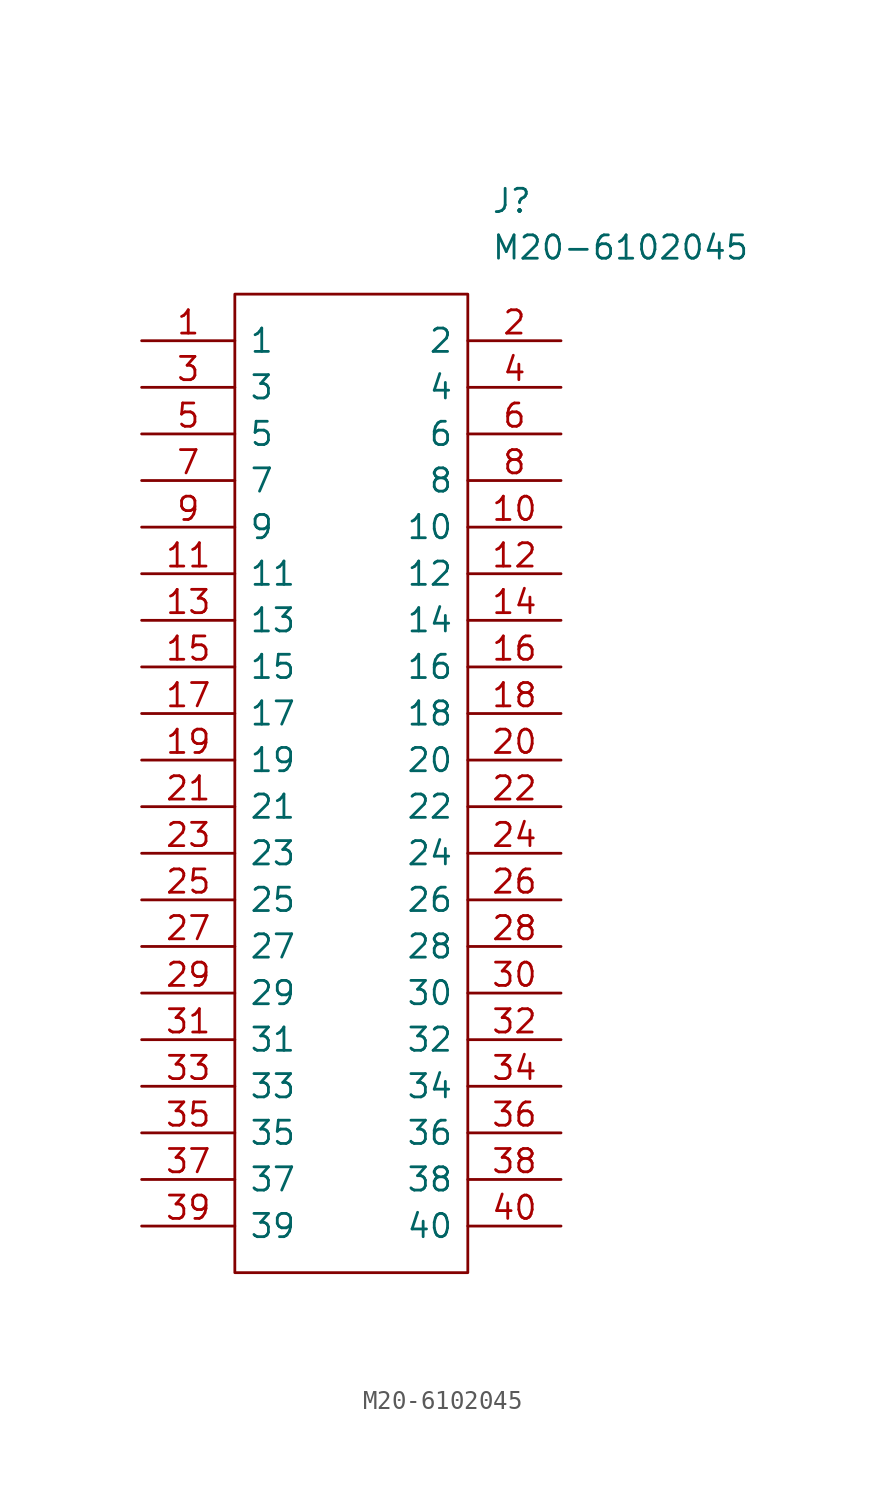
<source format=kicad_sym>
(kicad_symbol_lib
  (version 20211014)
  (generator kicad_symbol_editor)
  (symbol "M20-6102045"
    (pin_names
      (offset 0.762))
    (property "Reference" "J"
      (at 19.05 7.62 0)
      (effects (font (size 1.27 1.27)) (justify left)))
    (property "Value" "M20-6102045"
      (at 19.05 5.08 0)
      (effects (font (size 1.27 1.27)) (justify left)))
    (symbol "M20-6102045_0_0"
      (pin passive line (at 0 0 0) (length 5.08) (name "1" (effects (font (size 1.27 1.27)))) (number "1" (effects (font (size 1.27 1.27)))))
      (pin passive line (at 22.86 -10.16 180) (length 5.08) (name "10" (effects (font (size 1.27 1.27)))) (number "10" (effects (font (size 1.27 1.27)))))
      (pin passive line (at 0 -12.7 0) (length 5.08) (name "11" (effects (font (size 1.27 1.27)))) (number "11" (effects (font (size 1.27 1.27)))))
      (pin passive line (at 22.86 -12.7 180) (length 5.08) (name "12" (effects (font (size 1.27 1.27)))) (number "12" (effects (font (size 1.27 1.27)))))
      (pin passive line (at 0 -15.24 0) (length 5.08) (name "13" (effects (font (size 1.27 1.27)))) (number "13" (effects (font (size 1.27 1.27)))))
      (pin passive line (at 22.86 -15.24 180) (length 5.08) (name "14" (effects (font (size 1.27 1.27)))) (number "14" (effects (font (size 1.27 1.27)))))
      (pin passive line (at 0 -17.78 0) (length 5.08) (name "15" (effects (font (size 1.27 1.27)))) (number "15" (effects (font (size 1.27 1.27)))))
      (pin passive line (at 22.86 -17.78 180) (length 5.08) (name "16" (effects (font (size 1.27 1.27)))) (number "16" (effects (font (size 1.27 1.27)))))
      (pin passive line (at 0 -20.32 0) (length 5.08) (name "17" (effects (font (size 1.27 1.27)))) (number "17" (effects (font (size 1.27 1.27)))))
      (pin passive line (at 22.86 -20.32 180) (length 5.08) (name "18" (effects (font (size 1.27 1.27)))) (number "18" (effects (font (size 1.27 1.27)))))
      (pin passive line (at 0 -22.86 0) (length 5.08) (name "19" (effects (font (size 1.27 1.27)))) (number "19" (effects (font (size 1.27 1.27)))))
      (pin passive line (at 22.86 0 180) (length 5.08) (name "2" (effects (font (size 1.27 1.27)))) (number "2" (effects (font (size 1.27 1.27)))))
      (pin passive line (at 22.86 -22.86 180) (length 5.08) (name "20" (effects (font (size 1.27 1.27)))) (number "20" (effects (font (size 1.27 1.27)))))
      (pin passive line (at 0 -25.4 0) (length 5.08) (name "21" (effects (font (size 1.27 1.27)))) (number "21" (effects (font (size 1.27 1.27)))))
      (pin passive line (at 22.86 -25.4 180) (length 5.08) (name "22" (effects (font (size 1.27 1.27)))) (number "22" (effects (font (size 1.27 1.27)))))
      (pin passive line (at 0 -27.94 0) (length 5.08) (name "23" (effects (font (size 1.27 1.27)))) (number "23" (effects (font (size 1.27 1.27)))))
      (pin passive line (at 22.86 -27.94 180) (length 5.08) (name "24" (effects (font (size 1.27 1.27)))) (number "24" (effects (font (size 1.27 1.27)))))
      (pin passive line (at 0 -30.48 0) (length 5.08) (name "25" (effects (font (size 1.27 1.27)))) (number "25" (effects (font (size 1.27 1.27)))))
      (pin passive line (at 22.86 -30.48 180) (length 5.08) (name "26" (effects (font (size 1.27 1.27)))) (number "26" (effects (font (size 1.27 1.27)))))
      (pin passive line (at 0 -33.02 0) (length 5.08) (name "27" (effects (font (size 1.27 1.27)))) (number "27" (effects (font (size 1.27 1.27)))))
      (pin passive line (at 22.86 -33.02 180) (length 5.08) (name "28" (effects (font (size 1.27 1.27)))) (number "28" (effects (font (size 1.27 1.27)))))
      (pin passive line (at 0 -35.56 0) (length 5.08) (name "29" (effects (font (size 1.27 1.27)))) (number "29" (effects (font (size 1.27 1.27)))))
      (pin passive line (at 0 -2.54 0) (length 5.08) (name "3" (effects (font (size 1.27 1.27)))) (number "3" (effects (font (size 1.27 1.27)))))
      (pin passive line (at 22.86 -35.56 180) (length 5.08) (name "30" (effects (font (size 1.27 1.27)))) (number "30" (effects (font (size 1.27 1.27)))))
      (pin passive line (at 0 -38.1 0) (length 5.08) (name "31" (effects (font (size 1.27 1.27)))) (number "31" (effects (font (size 1.27 1.27)))))
      (pin passive line (at 22.86 -38.1 180) (length 5.08) (name "32" (effects (font (size 1.27 1.27)))) (number "32" (effects (font (size 1.27 1.27)))))
      (pin passive line (at 0 -40.64 0) (length 5.08) (name "33" (effects (font (size 1.27 1.27)))) (number "33" (effects (font (size 1.27 1.27)))))
      (pin passive line (at 22.86 -40.64 180) (length 5.08) (name "34" (effects (font (size 1.27 1.27)))) (number "34" (effects (font (size 1.27 1.27)))))
      (pin passive line (at 0 -43.18 0) (length 5.08) (name "35" (effects (font (size 1.27 1.27)))) (number "35" (effects (font (size 1.27 1.27)))))
      (pin passive line (at 22.86 -43.18 180) (length 5.08) (name "36" (effects (font (size 1.27 1.27)))) (number "36" (effects (font (size 1.27 1.27)))))
      (pin passive line (at 0 -45.72 0) (length 5.08) (name "37" (effects (font (size 1.27 1.27)))) (number "37" (effects (font (size 1.27 1.27)))))
      (pin passive line (at 22.86 -45.72 180) (length 5.08) (name "38" (effects (font (size 1.27 1.27)))) (number "38" (effects (font (size 1.27 1.27)))))
      (pin passive line (at 0 -48.26 0) (length 5.08) (name "39" (effects (font (size 1.27 1.27)))) (number "39" (effects (font (size 1.27 1.27)))))
      (pin passive line (at 22.86 -2.54 180) (length 5.08) (name "4" (effects (font (size 1.27 1.27)))) (number "4" (effects (font (size 1.27 1.27)))))
      (pin passive line (at 22.86 -48.26 180) (length 5.08) (name "40" (effects (font (size 1.27 1.27)))) (number "40" (effects (font (size 1.27 1.27)))))
      (pin passive line (at 0 -5.08 0) (length 5.08) (name "5" (effects (font (size 1.27 1.27)))) (number "5" (effects (font (size 1.27 1.27)))))
      (pin passive line (at 22.86 -5.08 180) (length 5.08) (name "6" (effects (font (size 1.27 1.27)))) (number "6" (effects (font (size 1.27 1.27)))))
      (pin passive line (at 0 -7.62 0) (length 5.08) (name "7" (effects (font (size 1.27 1.27)))) (number "7" (effects (font (size 1.27 1.27)))))
      (pin passive line (at 22.86 -7.62 180) (length 5.08) (name "8" (effects (font (size 1.27 1.27)))) (number "8" (effects (font (size 1.27 1.27)))))
      (pin passive line (at 0 -10.16 0) (length 5.08) (name "9" (effects (font (size 1.27 1.27)))) (number "9" (effects (font (size 1.27 1.27))))))
    (symbol "M20-6102045_0_1"
      (polyline (pts (xy 5.08 2.54) (xy 17.78 2.54) (xy 17.78 -50.8) (xy 5.08 -50.8) (xy 5.08 2.54)) (stroke (width 0.152) (type default) (color 0 0 0 0)) (fill (type none))))))
</source>
